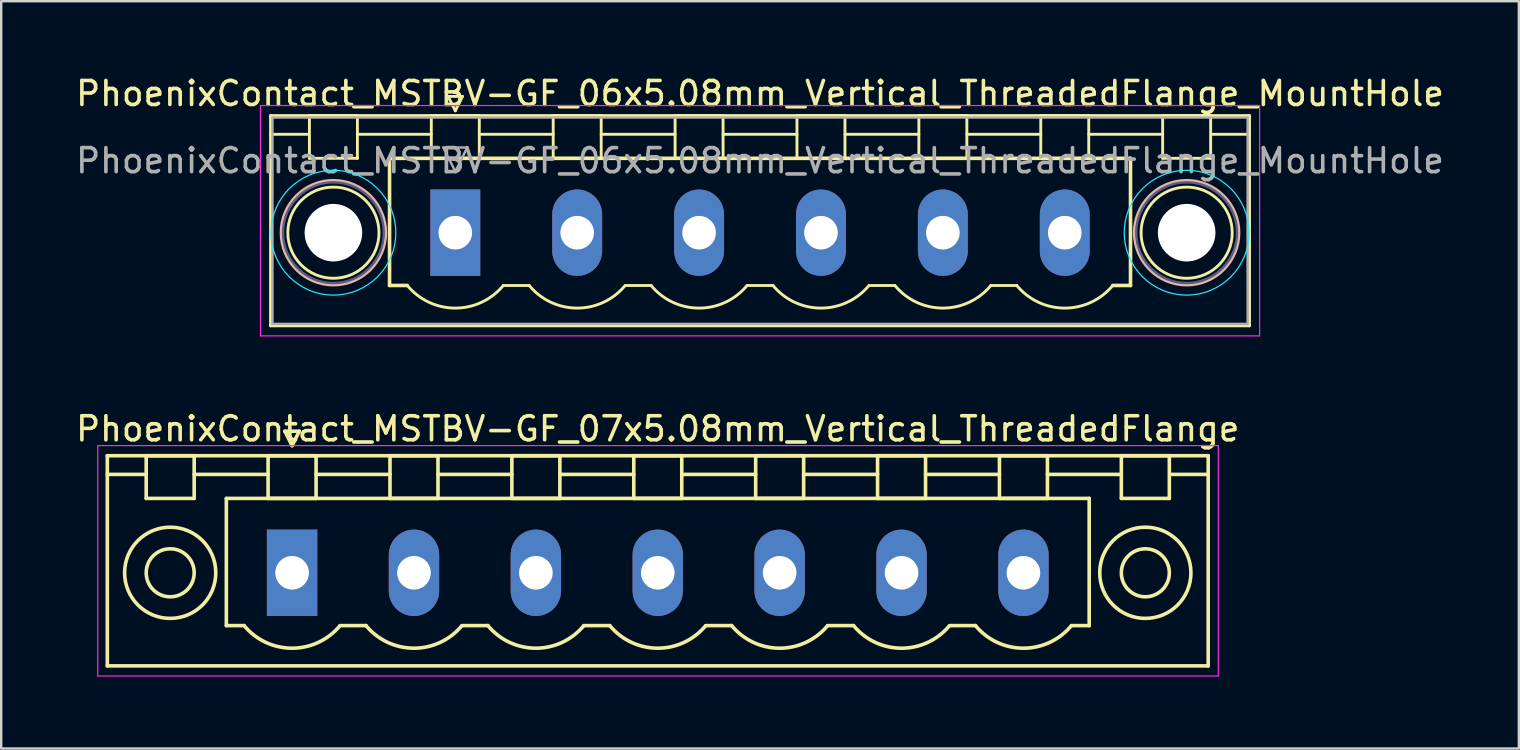
<source format=kicad_pcb>
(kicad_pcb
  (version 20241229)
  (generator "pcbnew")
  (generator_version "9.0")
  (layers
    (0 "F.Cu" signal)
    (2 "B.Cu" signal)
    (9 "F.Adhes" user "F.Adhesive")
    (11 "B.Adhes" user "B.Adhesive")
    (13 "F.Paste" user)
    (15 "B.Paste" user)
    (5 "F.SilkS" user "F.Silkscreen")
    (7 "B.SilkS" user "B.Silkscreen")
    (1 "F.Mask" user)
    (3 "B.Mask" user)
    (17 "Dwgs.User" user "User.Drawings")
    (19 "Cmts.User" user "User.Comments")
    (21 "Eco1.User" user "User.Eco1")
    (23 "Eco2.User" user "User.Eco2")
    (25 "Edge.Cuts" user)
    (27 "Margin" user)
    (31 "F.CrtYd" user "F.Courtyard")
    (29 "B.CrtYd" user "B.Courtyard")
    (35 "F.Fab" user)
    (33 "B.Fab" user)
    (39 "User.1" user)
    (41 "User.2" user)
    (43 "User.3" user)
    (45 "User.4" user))
  (footprint "PhoenixContact_MSTBV-GF_06x5.08mm_Vertical_ThreadedFlange_MountHole"
    (layer "F.Cu")
    (at 15.925 6.648)
    (property "Reference" "PhoenixContact_MSTBV-GF_06x5.08mm_Vertical_ThreadedFlange_MountHole" (at 12.7 -5.8 0) (layer "F.SilkS") (effects (font (size 1 1) (thickness 0.15))))
    (attr through_hole)
    (fp_line (start -7.7 -4.88) (end -7.7 3.88) (stroke (width 0.12) (type solid)) (layer "F.SilkS"))
    (fp_line (start -7.7 -4.1) (end -6.16 -4.1) (stroke (width 0.12) (type solid)) (layer "F.SilkS"))
    (fp_line (start -7.7 3.88) (end 33.1 3.88) (stroke (width 0.12) (type solid)) (layer "F.SilkS"))
    (fp_line (start -6.08 -4.88) (end -4.08 -4.88) (stroke (width 0.12) (type solid)) (layer "F.SilkS"))
    (fp_line (start -6.08 -3.1) (end -6.08 -4.88) (stroke (width 0.12) (type solid)) (layer "F.SilkS"))
    (fp_line (start -4.08 -4.88) (end -4.08 -3.1) (stroke (width 0.12) (type solid)) (layer "F.SilkS"))
    (fp_line (start -4.08 -4.1) (end -1 -4.1) (stroke (width 0.12) (type solid)) (layer "F.SilkS"))
    (fp_line (start -4.08 -3.1) (end -6.08 -3.1) (stroke (width 0.12) (type solid)) (layer "F.SilkS"))
    (fp_line (start -2.74 -3.1) (end 28.14 -3.1) (stroke (width 0.15) (type solid)) (layer "F.SilkS"))
    (fp_line (start -2.74 2.2) (end -2.74 -3.1) (stroke (width 0.15) (type solid)) (layer "F.SilkS"))
    (fp_line (start -2 2.2) (end -2.74 2.2) (stroke (width 0.15) (type solid)) (layer "F.SilkS"))
    (fp_line (start -1 -4.88) (end 1 -4.88) (stroke (width 0.12) (type solid)) (layer "F.SilkS"))
    (fp_line (start -1 -3.1) (end -1 -4.88) (stroke (width 0.12) (type solid)) (layer "F.SilkS"))
    (fp_line (start -0.3 -5.68) (end 0.3 -5.68) (stroke (width 0.12) (type solid)) (layer "F.SilkS"))
    (fp_line (start 0 -5.08) (end -0.3 -5.68) (stroke (width 0.12) (type solid)) (layer "F.SilkS"))
    (fp_line (start 0.3 -5.68) (end 0 -5.08) (stroke (width 0.12) (type solid)) (layer "F.SilkS"))
    (fp_line (start 1 -4.88) (end 1 -3.1) (stroke (width 0.12) (type solid)) (layer "F.SilkS"))
    (fp_line (start 1 -4.1) (end 4.08 -4.1) (stroke (width 0.12) (type solid)) (layer "F.SilkS"))
    (fp_line (start 1 -3.1) (end -1 -3.1) (stroke (width 0.12) (type solid)) (layer "F.SilkS"))
    (fp_line (start 2 2.2) (end 3.08 2.2) (stroke (width 0.12) (type solid)) (layer "F.SilkS"))
    (fp_line (start 4.08 -4.88) (end 6.08 -4.88) (stroke (width 0.12) (type solid)) (layer "F.SilkS"))
    (fp_line (start 4.08 -3.1) (end 4.08 -4.88) (stroke (width 0.12) (type solid)) (layer "F.SilkS"))
    (fp_line (start 6.08 -4.88) (end 6.08 -3.1) (stroke (width 0.12) (type solid)) (layer "F.SilkS"))
    (fp_line (start 6.08 -4.1) (end 9.16 -4.1) (stroke (width 0.12) (type solid)) (layer "F.SilkS"))
    (fp_line (start 6.08 -3.1) (end 4.08 -3.1) (stroke (width 0.12) (type solid)) (layer "F.SilkS"))
    (fp_line (start 7.08 2.2) (end 8.16 2.2) (stroke (width 0.12) (type solid)) (layer "F.SilkS"))
    (fp_line (start 9.16 -4.88) (end 11.16 -4.88) (stroke (width 0.12) (type solid)) (layer "F.SilkS"))
    (fp_line (start 9.16 -3.1) (end 9.16 -4.88) (stroke (width 0.12) (type solid)) (layer "F.SilkS"))
    (fp_line (start 11.16 -4.88) (end 11.16 -3.1) (stroke (width 0.12) (type solid)) (layer "F.SilkS"))
    (fp_line (start 11.16 -4.1) (end 14.24 -4.1) (stroke (width 0.12) (type solid)) (layer "F.SilkS"))
    (fp_line (start 11.16 -3.1) (end 9.16 -3.1) (stroke (width 0.12) (type solid)) (layer "F.SilkS"))
    (fp_line (start 12.16 2.2) (end 13.24 2.2) (stroke (width 0.12) (type solid)) (layer "F.SilkS"))
    (fp_line (start 14.24 -4.88) (end 16.24 -4.88) (stroke (width 0.12) (type solid)) (layer "F.SilkS"))
    (fp_line (start 14.24 -3.1) (end 14.24 -4.88) (stroke (width 0.12) (type solid)) (layer "F.SilkS"))
    (fp_line (start 16.24 -4.88) (end 16.24 -3.1) (stroke (width 0.12) (type solid)) (layer "F.SilkS"))
    (fp_line (start 16.24 -4.1) (end 19.32 -4.1) (stroke (width 0.12) (type solid)) (layer "F.SilkS"))
    (fp_line (start 16.24 -3.1) (end 14.24 -3.1) (stroke (width 0.12) (type solid)) (layer "F.SilkS"))
    (fp_line (start 17.24 2.2) (end 18.32 2.2) (stroke (width 0.12) (type solid)) (layer "F.SilkS"))
    (fp_line (start 19.32 -4.88) (end 21.32 -4.88) (stroke (width 0.12) (type solid)) (layer "F.SilkS"))
    (fp_line (start 19.32 -3.1) (end 19.32 -4.88) (stroke (width 0.12) (type solid)) (layer "F.SilkS"))
    (fp_line (start 21.32 -4.88) (end 21.32 -3.1) (stroke (width 0.12) (type solid)) (layer "F.SilkS"))
    (fp_line (start 21.32 -4.1) (end 24.4 -4.1) (stroke (width 0.12) (type solid)) (layer "F.SilkS"))
    (fp_line (start 21.32 -3.1) (end 19.32 -3.1) (stroke (width 0.12) (type solid)) (layer "F.SilkS"))
    (fp_line (start 22.32 2.2) (end 23.4 2.2) (stroke (width 0.12) (type solid)) (layer "F.SilkS"))
    (fp_line (start 24.4 -4.88) (end 26.4 -4.88) (stroke (width 0.12) (type solid)) (layer "F.SilkS"))
    (fp_line (start 24.4 -3.1) (end 24.4 -4.88) (stroke (width 0.12) (type solid)) (layer "F.SilkS"))
    (fp_line (start 26.4 -4.88) (end 26.4 -3.1) (stroke (width 0.12) (type solid)) (layer "F.SilkS"))
    (fp_line (start 26.4 -4.1) (end 29.48 -4.1) (stroke (width 0.12) (type solid)) (layer "F.SilkS"))
    (fp_line (start 26.4 -3.1) (end 24.4 -3.1) (stroke (width 0.12) (type solid)) (layer "F.SilkS"))
    (fp_line (start 28.14 -3.1) (end 28.14 2.2) (stroke (width 0.15) (type solid)) (layer "F.SilkS"))
    (fp_line (start 28.14 2.2) (end 27.4 2.2) (stroke (width 0.15) (type solid)) (layer "F.SilkS"))
    (fp_line (start 29.48 -4.88) (end 31.48 -4.88) (stroke (width 0.12) (type solid)) (layer "F.SilkS"))
    (fp_line (start 29.48 -3.1) (end 29.48 -4.88) (stroke (width 0.12) (type solid)) (layer "F.SilkS"))
    (fp_line (start 31.48 -4.88) (end 31.48 -3.1) (stroke (width 0.12) (type solid)) (layer "F.SilkS"))
    (fp_line (start 31.48 -3.1) (end 29.48 -3.1) (stroke (width 0.12) (type solid)) (layer "F.SilkS"))
    (fp_line (start 33.1 -4.88) (end -7.7 -4.88) (stroke (width 0.12) (type solid)) (layer "F.SilkS"))
    (fp_line (start 33.1 -4.1) (end 31.56 -4.1) (stroke (width 0.12) (type solid)) (layer "F.SilkS"))
    (fp_line (start 33.1 3.88) (end 33.1 -4.88) (stroke (width 0.12) (type solid)) (layer "F.SilkS"))
    (fp_arc (start 1.986842 2.215821) (mid -0.010289 3.142758) (end -2 2.2) (stroke (width 0.12) (type solid)) (layer "F.SilkS"))
    (fp_arc (start 7.066842 2.215821) (mid 5.069711 3.142758) (end 3.08 2.2) (stroke (width 0.12) (type solid)) (layer "F.SilkS"))
    (fp_arc (start 12.146842 2.215821) (mid 10.149711 3.142758) (end 8.16 2.2) (stroke (width 0.12) (type solid)) (layer "F.SilkS"))
    (fp_arc (start 17.226842 2.215821) (mid 15.229711 3.142758) (end 13.24 2.2) (stroke (width 0.12) (type solid)) (layer "F.SilkS"))
    (fp_arc (start 22.306842 2.215821) (mid 20.309711 3.142758) (end 18.32 2.2) (stroke (width 0.12) (type solid)) (layer "F.SilkS"))
    (fp_arc (start 27.386842 2.215821) (mid 25.389711 3.142758) (end 23.4 2.2) (stroke (width 0.12) (type solid)) (layer "F.SilkS"))
    (fp_circle (center -5.08 0) (end -3.18 0) (stroke (width 0.12) (type solid)) (fill no) (layer "F.SilkS"))
    (fp_circle (center 30.48 0) (end 32.38 0) (stroke (width 0.12) (type solid)) (fill no) (layer "F.SilkS"))
    (fp_circle (center -5.08 0) (end -2.9 0) (stroke (width 0.12) (type solid)) (fill no) (layer "B.SilkS"))
    (fp_circle (center 30.48 0) (end 32.66 0) (stroke (width 0.12) (type solid)) (fill no) (layer "B.SilkS"))
    (fp_circle (center -5.08 0) (end -2.48 0) (stroke (width 0.05) (type solid)) (fill no) (layer "B.CrtYd"))
    (fp_circle (center 30.48 0) (end 33.08 0) (stroke (width 0.05) (type solid)) (fill no) (layer "B.CrtYd"))
    (fp_line (start -8.12 -5.3) (end -8.12 4.3) (stroke (width 0.05) (type solid)) (layer "F.CrtYd"))
    (fp_line (start -8.12 4.3) (end 33.52 4.3) (stroke (width 0.05) (type solid)) (layer "F.CrtYd"))
    (fp_line (start 33.52 -5.3) (end -8.12 -5.3) (stroke (width 0.05) (type solid)) (layer "F.CrtYd"))
    (fp_line (start 33.52 4.3) (end 33.52 -5.3) (stroke (width 0.05) (type solid)) (layer "F.CrtYd"))
    (fp_circle (center -5.08 0) (end -2.98 0) (stroke (width 0.1) (type solid)) (fill no) (layer "B.Fab"))
    (fp_circle (center 30.48 0) (end 32.58 0) (stroke (width 0.1) (type solid)) (fill no) (layer "B.Fab"))
    (fp_line (start -7.62 -4.8) (end -7.62 3.8) (stroke (width 0.1) (type solid)) (layer "F.Fab"))
    (fp_line (start -7.62 3.8) (end 33.02 3.8) (stroke (width 0.1) (type solid)) (layer "F.Fab"))
    (fp_line (start -0.5 -3.55) (end 0.5 -3.55) (stroke (width 0.1) (type solid)) (layer "F.Fab"))
    (fp_line (start 0 -2.55) (end -0.5 -3.55) (stroke (width 0.1) (type solid)) (layer "F.Fab"))
    (fp_line (start 0.5 -3.55) (end 0 -2.55) (stroke (width 0.1) (type solid)) (layer "F.Fab"))
    (fp_line (start 33.02 -4.8) (end -7.62 -4.8) (stroke (width 0.1) (type solid)) (layer "F.Fab"))
    (fp_line (start 33.02 3.8) (end 33.02 -4.8) (stroke (width 0.1) (type solid)) (layer "F.Fab"))
    (fp_text user "${REFERENCE}" (at 12.7 -3 0) (layer "F.Fab") (effects (font (size 1 1) (thickness 0.15))))
    (pad "" np_thru_hole circle (at -5.08 0) (size 2.4 2.4) (drill 2.4) (layers "*.Cu" "*.Mask"))
    (pad "" np_thru_hole circle (at 30.48 0) (size 2.4 2.4) (drill 2.4) (layers "*.Cu" "*.Mask"))
    (pad "1" thru_hole rect (at 0 0) (size 2.08 3.6) (drill 1.4) (layers "*.Cu" "*.Mask"))
    (pad "2" thru_hole oval (at 5.08 0) (size 2.08 3.6) (drill 1.4) (layers "*.Cu" "*.Mask"))
    (pad "3" thru_hole oval (at 10.16 0) (size 2.08 3.6) (drill 1.4) (layers "*.Cu" "*.Mask"))
    (pad "4" thru_hole oval (at 15.24 0) (size 2.08 3.6) (drill 1.4) (layers "*.Cu" "*.Mask"))
    (pad "5" thru_hole oval (at 20.32 0) (size 2.08 3.6) (drill 1.4) (layers "*.Cu" "*.Mask"))
    (pad "6" thru_hole oval (at 25.4 0) (size 2.08 3.6) (drill 1.4) (layers "*.Cu" "*.Mask")))
  (footprint "PhoenixContact_MSTBV-GF_07x5.08mm_Vertical_ThreadedFlange"
    (layer "F.Cu")
    (at 9.123 20.822)
    (property "Reference" "PhoenixContact_MSTBV-GF_07x5.08mm_Vertical_ThreadedFlange" (at 15.24 -6 0) (layer "F.SilkS") (effects (font (size 1 1) (thickness 0.15))))
    (attr through_hole)
    (fp_line (start -7.7 -4.88) (end -7.7 3.88) (stroke (width 0.15) (type solid)) (layer "F.SilkS"))
    (fp_line (start -7.7 -4.1) (end -6.16 -4.1) (stroke (width 0.15) (type solid)) (layer "F.SilkS"))
    (fp_line (start -7.7 3.88) (end 38.18 3.88) (stroke (width 0.15) (type solid)) (layer "F.SilkS"))
    (fp_line (start -6.08 -4.88) (end -4.08 -4.88) (stroke (width 0.15) (type solid)) (layer "F.SilkS"))
    (fp_line (start -6.08 -3.1) (end -6.08 -4.88) (stroke (width 0.15) (type solid)) (layer "F.SilkS"))
    (fp_line (start -4.08 -4.88) (end -4.08 -3.1) (stroke (width 0.15) (type solid)) (layer "F.SilkS"))
    (fp_line (start -4.08 -4.1) (end -1 -4.1) (stroke (width 0.15) (type solid)) (layer "F.SilkS"))
    (fp_line (start -4.08 -3.1) (end -6.08 -3.1) (stroke (width 0.15) (type solid)) (layer "F.SilkS"))
    (fp_line (start -2.74 -3.1) (end 33.22 -3.1) (stroke (width 0.15) (type solid)) (layer "F.SilkS"))
    (fp_line (start -2.74 2.2) (end -2.74 -3.1) (stroke (width 0.15) (type solid)) (layer "F.SilkS"))
    (fp_line (start -2 2.2) (end -2.74 2.2) (stroke (width 0.15) (type solid)) (layer "F.SilkS"))
    (fp_line (start -1 -4.88) (end 1 -4.88) (stroke (width 0.15) (type solid)) (layer "F.SilkS"))
    (fp_line (start -1 -3.1) (end -1 -4.88) (stroke (width 0.15) (type solid)) (layer "F.SilkS"))
    (fp_line (start -0.3 -5.9) (end 0 -5.3) (stroke (width 0.15) (type solid)) (layer "F.SilkS"))
    (fp_line (start 0 -5.3) (end 0.3 -5.9) (stroke (width 0.15) (type solid)) (layer "F.SilkS"))
    (fp_line (start 0.3 -5.9) (end -0.3 -5.9) (stroke (width 0.15) (type solid)) (layer "F.SilkS"))
    (fp_line (start 1 -4.88) (end 1 -3.1) (stroke (width 0.15) (type solid)) (layer "F.SilkS"))
    (fp_line (start 1 -4.1) (end 4.08 -4.1) (stroke (width 0.15) (type solid)) (layer "F.SilkS"))
    (fp_line (start 1 -3.1) (end -1 -3.1) (stroke (width 0.15) (type solid)) (layer "F.SilkS"))
    (fp_line (start 2 2.2) (end 3.08 2.2) (stroke (width 0.15) (type solid)) (layer "F.SilkS"))
    (fp_line (start 4.08 -4.88) (end 6.08 -4.88) (stroke (width 0.15) (type solid)) (layer "F.SilkS"))
    (fp_line (start 4.08 -3.1) (end 4.08 -4.88) (stroke (width 0.15) (type solid)) (layer "F.SilkS"))
    (fp_line (start 6.08 -4.88) (end 6.08 -3.1) (stroke (width 0.15) (type solid)) (layer "F.SilkS"))
    (fp_line (start 6.08 -4.1) (end 9.16 -4.1) (stroke (width 0.15) (type solid)) (layer "F.SilkS"))
    (fp_line (start 6.08 -3.1) (end 4.08 -3.1) (stroke (width 0.15) (type solid)) (layer "F.SilkS"))
    (fp_line (start 7.08 2.2) (end 8.16 2.2) (stroke (width 0.15) (type solid)) (layer "F.SilkS"))
    (fp_line (start 9.16 -4.88) (end 11.16 -4.88) (stroke (width 0.15) (type solid)) (layer "F.SilkS"))
    (fp_line (start 9.16 -3.1) (end 9.16 -4.88) (stroke (width 0.15) (type solid)) (layer "F.SilkS"))
    (fp_line (start 11.16 -4.88) (end 11.16 -3.1) (stroke (width 0.15) (type solid)) (layer "F.SilkS"))
    (fp_line (start 11.16 -4.1) (end 14.24 -4.1) (stroke (width 0.15) (type solid)) (layer "F.SilkS"))
    (fp_line (start 11.16 -3.1) (end 9.16 -3.1) (stroke (width 0.15) (type solid)) (layer "F.SilkS"))
    (fp_line (start 12.16 2.2) (end 13.24 2.2) (stroke (width 0.15) (type solid)) (layer "F.SilkS"))
    (fp_line (start 14.24 -4.88) (end 16.24 -4.88) (stroke (width 0.15) (type solid)) (layer "F.SilkS"))
    (fp_line (start 14.24 -3.1) (end 14.24 -4.88) (stroke (width 0.15) (type solid)) (layer "F.SilkS"))
    (fp_line (start 16.24 -4.88) (end 16.24 -3.1) (stroke (width 0.15) (type solid)) (layer "F.SilkS"))
    (fp_line (start 16.24 -4.1) (end 19.32 -4.1) (stroke (width 0.15) (type solid)) (layer "F.SilkS"))
    (fp_line (start 16.24 -3.1) (end 14.24 -3.1) (stroke (width 0.15) (type solid)) (layer "F.SilkS"))
    (fp_line (start 17.24 2.2) (end 18.32 2.2) (stroke (width 0.15) (type solid)) (layer "F.SilkS"))
    (fp_line (start 19.32 -4.88) (end 21.32 -4.88) (stroke (width 0.15) (type solid)) (layer "F.SilkS"))
    (fp_line (start 19.32 -3.1) (end 19.32 -4.88) (stroke (width 0.15) (type solid)) (layer "F.SilkS"))
    (fp_line (start 21.32 -4.88) (end 21.32 -3.1) (stroke (width 0.15) (type solid)) (layer "F.SilkS"))
    (fp_line (start 21.32 -4.1) (end 24.4 -4.1) (stroke (width 0.15) (type solid)) (layer "F.SilkS"))
    (fp_line (start 21.32 -3.1) (end 19.32 -3.1) (stroke (width 0.15) (type solid)) (layer "F.SilkS"))
    (fp_line (start 22.32 2.2) (end 23.4 2.2) (stroke (width 0.15) (type solid)) (layer "F.SilkS"))
    (fp_line (start 24.4 -4.88) (end 26.4 -4.88) (stroke (width 0.15) (type solid)) (layer "F.SilkS"))
    (fp_line (start 24.4 -3.1) (end 24.4 -4.88) (stroke (width 0.15) (type solid)) (layer "F.SilkS"))
    (fp_line (start 26.4 -4.88) (end 26.4 -3.1) (stroke (width 0.15) (type solid)) (layer "F.SilkS"))
    (fp_line (start 26.4 -4.1) (end 29.48 -4.1) (stroke (width 0.15) (type solid)) (layer "F.SilkS"))
    (fp_line (start 26.4 -3.1) (end 24.4 -3.1) (stroke (width 0.15) (type solid)) (layer "F.SilkS"))
    (fp_line (start 27.4 2.2) (end 28.48 2.2) (stroke (width 0.15) (type solid)) (layer "F.SilkS"))
    (fp_line (start 29.48 -4.88) (end 31.48 -4.88) (stroke (width 0.15) (type solid)) (layer "F.SilkS"))
    (fp_line (start 29.48 -3.1) (end 29.48 -4.88) (stroke (width 0.15) (type solid)) (layer "F.SilkS"))
    (fp_line (start 31.48 -4.88) (end 31.48 -3.1) (stroke (width 0.15) (type solid)) (layer "F.SilkS"))
    (fp_line (start 31.48 -4.1) (end 34.56 -4.1) (stroke (width 0.15) (type solid)) (layer "F.SilkS"))
    (fp_line (start 31.48 -3.1) (end 29.48 -3.1) (stroke (width 0.15) (type solid)) (layer "F.SilkS"))
    (fp_line (start 33.22 -3.1) (end 33.22 2.2) (stroke (width 0.15) (type solid)) (layer "F.SilkS"))
    (fp_line (start 33.22 2.2) (end 32.48 2.2) (stroke (width 0.15) (type solid)) (layer "F.SilkS"))
    (fp_line (start 34.56 -4.88) (end 36.56 -4.88) (stroke (width 0.15) (type solid)) (layer "F.SilkS"))
    (fp_line (start 34.56 -3.1) (end 34.56 -4.88) (stroke (width 0.15) (type solid)) (layer "F.SilkS"))
    (fp_line (start 36.56 -4.88) (end 36.56 -3.1) (stroke (width 0.15) (type solid)) (layer "F.SilkS"))
    (fp_line (start 36.56 -3.1) (end 34.56 -3.1) (stroke (width 0.15) (type solid)) (layer "F.SilkS"))
    (fp_line (start 38.18 -4.88) (end -7.7 -4.88) (stroke (width 0.15) (type solid)) (layer "F.SilkS"))
    (fp_line (start 38.18 -4.1) (end 36.64 -4.1) (stroke (width 0.15) (type solid)) (layer "F.SilkS"))
    (fp_line (start 38.18 3.88) (end 38.18 -4.88) (stroke (width 0.15) (type solid)) (layer "F.SilkS"))
    (fp_arc (start 1.986842 2.215821) (mid -0.010289 3.142758) (end -2 2.2) (stroke (width 0.15) (type solid)) (layer "F.SilkS"))
    (fp_arc (start 7.066842 2.215821) (mid 5.069711 3.142758) (end 3.08 2.2) (stroke (width 0.15) (type solid)) (layer "F.SilkS"))
    (fp_arc (start 12.146842 2.215821) (mid 10.149711 3.142758) (end 8.16 2.2) (stroke (width 0.15) (type solid)) (layer "F.SilkS"))
    (fp_arc (start 17.226842 2.215821) (mid 15.229711 3.142758) (end 13.24 2.2) (stroke (width 0.15) (type solid)) (layer "F.SilkS"))
    (fp_arc (start 22.306842 2.215821) (mid 20.309711 3.142758) (end 18.32 2.2) (stroke (width 0.15) (type solid)) (layer "F.SilkS"))
    (fp_arc (start 27.386842 2.215821) (mid 25.389711 3.142758) (end 23.4 2.2) (stroke (width 0.15) (type solid)) (layer "F.SilkS"))
    (fp_arc (start 32.466842 2.215821) (mid 30.469711 3.142758) (end 28.48 2.2) (stroke (width 0.15) (type solid)) (layer "F.SilkS"))
    (fp_circle (center -5.08 0) (end -4.08 0) (stroke (width 0.15) (type solid)) (fill no) (layer "F.SilkS"))
    (fp_circle (center -5.08 0) (end -3.18 0) (stroke (width 0.15) (type solid)) (fill no) (layer "F.SilkS"))
    (fp_circle (center 35.56 0) (end 36.56 0) (stroke (width 0.15) (type solid)) (fill no) (layer "F.SilkS"))
    (fp_circle (center 35.56 0) (end 37.46 0) (stroke (width 0.15) (type solid)) (fill no) (layer "F.SilkS"))
    (fp_line (start -8.1 -5.3) (end -8.1 4.3) (stroke (width 0.05) (type solid)) (layer "F.CrtYd"))
    (fp_line (start -8.1 4.3) (end 38.6 4.3) (stroke (width 0.05) (type solid)) (layer "F.CrtYd"))
    (fp_line (start 38.6 -5.3) (end -8.1 -5.3) (stroke (width 0.05) (type solid)) (layer "F.CrtYd"))
    (fp_line (start 38.6 4.3) (end 38.6 -5.3) (stroke (width 0.05) (type solid)) (layer "F.CrtYd"))
    (pad "1" thru_hole rect (at 0 0) (size 2.1 3.6) (drill 1.4) (layers "*.Cu" "*.Mask"))
    (pad "2" thru_hole oval (at 5.08 0) (size 2.1 3.6) (drill 1.4) (layers "*.Cu" "*.Mask"))
    (pad "3" thru_hole oval (at 10.16 0) (size 2.1 3.6) (drill 1.4) (layers "*.Cu" "*.Mask"))
    (pad "4" thru_hole oval (at 15.24 0) (size 2.1 3.6) (drill 1.4) (layers "*.Cu" "*.Mask"))
    (pad "5" thru_hole oval (at 20.32 0) (size 2.1 3.6) (drill 1.4) (layers "*.Cu" "*.Mask"))
    (pad "6" thru_hole oval (at 25.4 0) (size 2.1 3.6) (drill 1.4) (layers "*.Cu" "*.Mask"))
    (pad "7" thru_hole oval (at 30.48 0) (size 2.1 3.6) (drill 1.4) (layers "*.Cu" "*.Mask")))
  (gr_rect
    (start -3 -3)
    (end 60.25 28.146)
    (stroke (width 0.1) (type default))
    (fill no)
    (layer "Edge.Cuts")))
</source>
